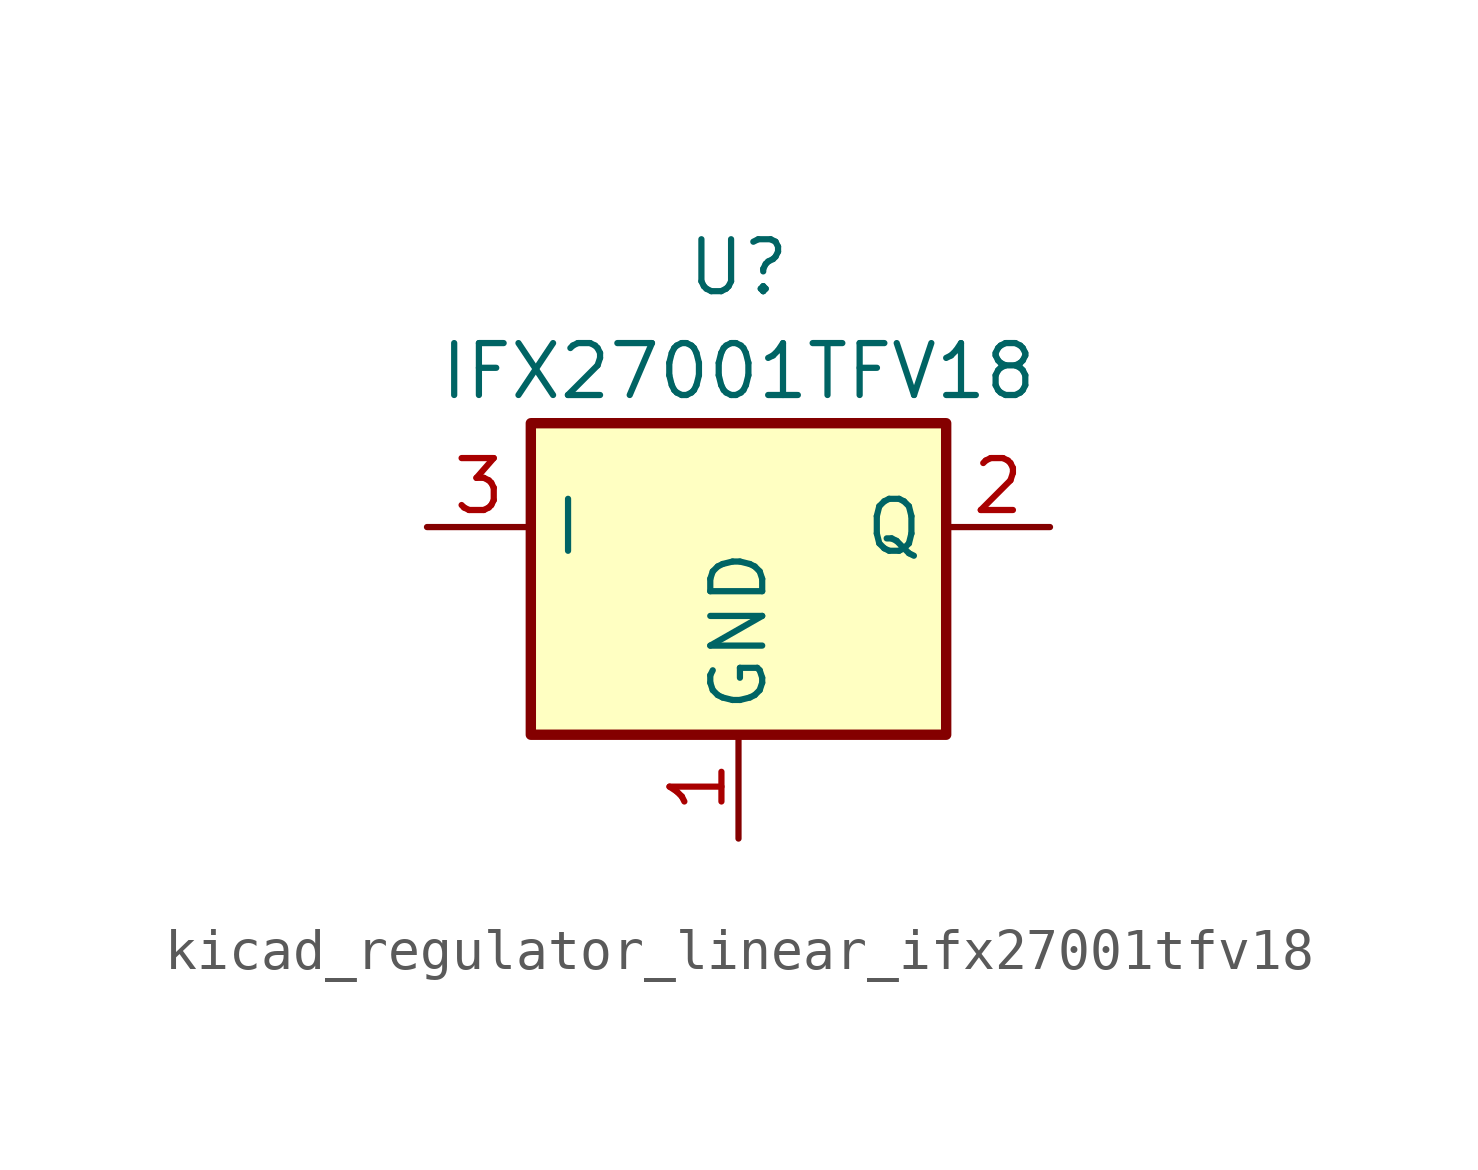
<source format=kicad_sym>
(kicad_symbol_lib
  (version 20220914)
  (generator kicad_symbol_editor)
  (symbol "kicad_regulator_linear_ifx27001tfv18"
    (property "Reference" "U"
      (at 0 6.35 0)
      (effects (font (size 1.27 1.27))))
    (property "Value" "IFX27001TFV18"
      (at 0 3.81 0)
      (effects (font (size 1.27 1.27))))
    (symbol "kicad_regulator_linear_ifx27001tfv18_1_1"
      (rectangle (start -5.08 2.54) (end 5.08 -5.08) (stroke (width 0.254) (type default)) (fill (type background)))
      (pin power_in line (at 0 -7.62 90) (length 2.54) (name "GND" (effects (font (size 1.27 1.27)))) (number "1" (effects (font (size 1.27 1.27)))))
      (pin power_out line (at 7.62 0 180) (length 2.54) (name "Q" (effects (font (size 1.27 1.27)))) (number "2" (effects (font (size 1.27 1.27)))))
      (pin power_in line (at -7.62 0 0) (length 2.54) (name "I" (effects (font (size 1.27 1.27)))) (number "3" (effects (font (size 1.27 1.27))))))))
</source>
